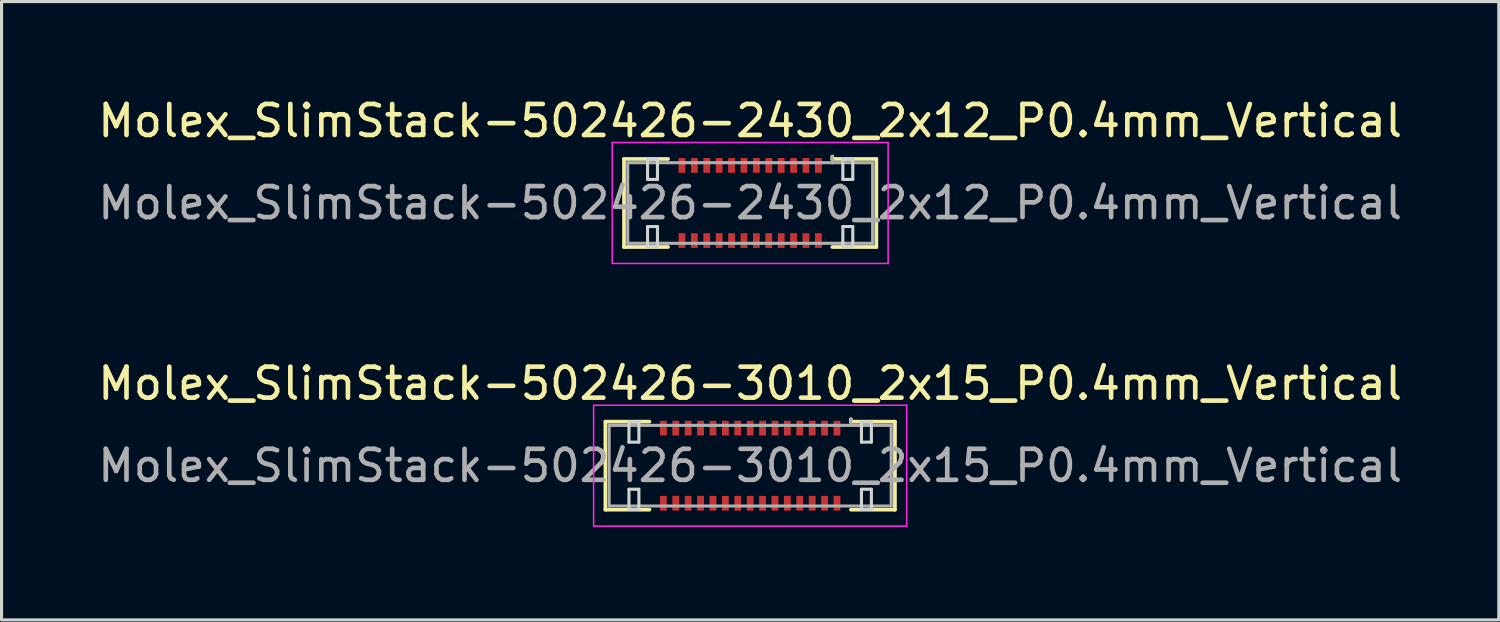
<source format=kicad_pcb>
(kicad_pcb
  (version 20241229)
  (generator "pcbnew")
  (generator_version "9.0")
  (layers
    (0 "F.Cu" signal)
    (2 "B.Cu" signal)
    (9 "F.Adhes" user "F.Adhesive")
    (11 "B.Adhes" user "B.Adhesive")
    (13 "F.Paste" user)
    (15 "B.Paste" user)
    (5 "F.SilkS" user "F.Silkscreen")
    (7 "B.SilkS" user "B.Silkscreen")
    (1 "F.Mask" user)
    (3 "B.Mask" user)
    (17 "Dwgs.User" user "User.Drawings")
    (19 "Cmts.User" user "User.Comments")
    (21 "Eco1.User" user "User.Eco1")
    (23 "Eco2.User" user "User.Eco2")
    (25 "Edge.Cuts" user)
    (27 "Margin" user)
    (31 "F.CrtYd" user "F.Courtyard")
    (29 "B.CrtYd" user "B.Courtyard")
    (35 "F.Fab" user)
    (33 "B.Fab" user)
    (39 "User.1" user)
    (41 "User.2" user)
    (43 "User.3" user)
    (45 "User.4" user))
  (footprint "Molex_SlimStack-502426-2430_2x12_P0.4mm_Vertical"
    (layer "F.Cu")
    (at 21.149 3.498)
    (property "Reference" "Molex_SlimStack-502426-2430_2x12_P0.4mm_Vertical" (at 0 -2.65 0) (layer "F.SilkS") (effects (font (size 1 1) (thickness 0.15))))
    (attr smd)
    (fp_line (start -4.07 -1.42) (end -2.65 -1.42) (stroke (width 0.12) (type solid)) (layer "F.SilkS"))
    (fp_line (start -4.07 1.42) (end -4.07 -1.42) (stroke (width 0.12) (type solid)) (layer "F.SilkS"))
    (fp_line (start -2.65 1.42) (end -4.07 1.42) (stroke (width 0.12) (type solid)) (layer "F.SilkS"))
    (fp_line (start 2.65 -1.42) (end 2.65 -1.5) (stroke (width 0.12) (type solid)) (layer "F.SilkS"))
    (fp_line (start 2.65 1.42) (end 4.07 1.42) (stroke (width 0.12) (type solid)) (layer "F.SilkS"))
    (fp_line (start 4.07 -1.42) (end 2.65 -1.42) (stroke (width 0.12) (type solid)) (layer "F.SilkS"))
    (fp_line (start 4.07 1.42) (end 4.07 -1.42) (stroke (width 0.12) (type solid)) (layer "F.SilkS"))
    (fp_line (start -3.31 -1.41) (end -3.31 -0.76) (stroke (width 0.1) (type solid)) (layer "Edge.Cuts"))
    (fp_line (start -3.31 -0.76) (end -2.99 -0.76) (stroke (width 0.1) (type solid)) (layer "Edge.Cuts"))
    (fp_line (start -3.31 0.76) (end -3.31 1.41) (stroke (width 0.1) (type solid)) (layer "Edge.Cuts"))
    (fp_line (start -3.31 1.41) (end -2.99 1.41) (stroke (width 0.1) (type solid)) (layer "Edge.Cuts"))
    (fp_line (start -2.99 -1.41) (end -3.31 -1.41) (stroke (width 0.1) (type solid)) (layer "Edge.Cuts"))
    (fp_line (start -2.99 -0.76) (end -2.99 -1.41) (stroke (width 0.1) (type solid)) (layer "Edge.Cuts"))
    (fp_line (start -2.99 0.76) (end -3.31 0.76) (stroke (width 0.1) (type solid)) (layer "Edge.Cuts"))
    (fp_line (start -2.99 1.41) (end -2.99 0.76) (stroke (width 0.1) (type solid)) (layer "Edge.Cuts"))
    (fp_line (start 2.99 -1.41) (end 2.99 -0.76) (stroke (width 0.1) (type solid)) (layer "Edge.Cuts"))
    (fp_line (start 2.99 -0.76) (end 3.31 -0.76) (stroke (width 0.1) (type solid)) (layer "Edge.Cuts"))
    (fp_line (start 2.99 0.76) (end 2.99 1.41) (stroke (width 0.1) (type solid)) (layer "Edge.Cuts"))
    (fp_line (start 2.99 1.41) (end 3.31 1.41) (stroke (width 0.1) (type solid)) (layer "Edge.Cuts"))
    (fp_line (start 3.31 -1.41) (end 2.99 -1.41) (stroke (width 0.1) (type solid)) (layer "Edge.Cuts"))
    (fp_line (start 3.31 -0.76) (end 3.31 -1.41) (stroke (width 0.1) (type solid)) (layer "Edge.Cuts"))
    (fp_line (start 3.31 0.76) (end 2.99 0.76) (stroke (width 0.1) (type solid)) (layer "Edge.Cuts"))
    (fp_line (start 3.31 1.41) (end 3.31 0.76) (stroke (width 0.1) (type solid)) (layer "Edge.Cuts"))
    (fp_line (start -4.45 -1.95) (end -4.45 1.95) (stroke (width 0.05) (type solid)) (layer "F.CrtYd"))
    (fp_line (start -4.45 1.95) (end 4.45 1.95) (stroke (width 0.05) (type solid)) (layer "F.CrtYd"))
    (fp_line (start 4.45 -1.95) (end -4.45 -1.95) (stroke (width 0.05) (type solid)) (layer "F.CrtYd"))
    (fp_line (start 4.45 1.95) (end 4.45 -1.95) (stroke (width 0.05) (type solid)) (layer "F.CrtYd"))
    (fp_line (start -3.95 -1.3) (end -3.95 1.3) (stroke (width 0.1) (type solid)) (layer "F.Fab"))
    (fp_line (start -3.95 1.3) (end 3.95 1.3) (stroke (width 0.1) (type solid)) (layer "F.Fab"))
    (fp_line (start 2.65 -1.3) (end 2.65 -1.5) (stroke (width 0.1) (type solid)) (layer "F.Fab"))
    (fp_line (start 3.95 -1.3) (end -3.95 -1.3) (stroke (width 0.1) (type solid)) (layer "F.Fab"))
    (fp_line (start 3.95 1.3) (end 3.95 -1.3) (stroke (width 0.1) (type solid)) (layer "F.Fab"))
    (fp_text user "${REFERENCE}" (at 0 0 0) (layer "F.Fab") (effects (font (size 1 1) (thickness 0.15))))
    (pad "1" smd rect (at 2.2 -1.212) (size 0.22 0.475) (layers "F.Cu" "F.Mask" "F.Paste"))
    (pad "2" smd rect (at 2.2 1.212) (size 0.22 0.475) (layers "F.Cu" "F.Mask" "F.Paste"))
    (pad "3" smd rect (at 1.8 -1.212) (size 0.22 0.475) (layers "F.Cu" "F.Mask" "F.Paste"))
    (pad "4" smd rect (at 1.8 1.212) (size 0.22 0.475) (layers "F.Cu" "F.Mask" "F.Paste"))
    (pad "5" smd rect (at 1.4 -1.212) (size 0.22 0.475) (layers "F.Cu" "F.Mask" "F.Paste"))
    (pad "6" smd rect (at 1.4 1.212) (size 0.22 0.475) (layers "F.Cu" "F.Mask" "F.Paste"))
    (pad "7" smd rect (at 1 -1.212) (size 0.22 0.475) (layers "F.Cu" "F.Mask" "F.Paste"))
    (pad "8" smd rect (at 1 1.212) (size 0.22 0.475) (layers "F.Cu" "F.Mask" "F.Paste"))
    (pad "9" smd rect (at 0.6 -1.212) (size 0.22 0.475) (layers "F.Cu" "F.Mask" "F.Paste"))
    (pad "10" smd rect (at 0.6 1.212) (size 0.22 0.475) (layers "F.Cu" "F.Mask" "F.Paste"))
    (pad "11" smd rect (at 0.2 -1.212) (size 0.22 0.475) (layers "F.Cu" "F.Mask" "F.Paste"))
    (pad "12" smd rect (at 0.2 1.212) (size 0.22 0.475) (layers "F.Cu" "F.Mask" "F.Paste"))
    (pad "13" smd rect (at -0.2 -1.212) (size 0.22 0.475) (layers "F.Cu" "F.Mask" "F.Paste"))
    (pad "14" smd rect (at -0.2 1.212) (size 0.22 0.475) (layers "F.Cu" "F.Mask" "F.Paste"))
    (pad "15" smd rect (at -0.6 -1.212) (size 0.22 0.475) (layers "F.Cu" "F.Mask" "F.Paste"))
    (pad "16" smd rect (at -0.6 1.212) (size 0.22 0.475) (layers "F.Cu" "F.Mask" "F.Paste"))
    (pad "17" smd rect (at -1 -1.212) (size 0.22 0.475) (layers "F.Cu" "F.Mask" "F.Paste"))
    (pad "18" smd rect (at -1 1.212) (size 0.22 0.475) (layers "F.Cu" "F.Mask" "F.Paste"))
    (pad "19" smd rect (at -1.4 -1.212) (size 0.22 0.475) (layers "F.Cu" "F.Mask" "F.Paste"))
    (pad "20" smd rect (at -1.4 1.212) (size 0.22 0.475) (layers "F.Cu" "F.Mask" "F.Paste"))
    (pad "21" smd rect (at -1.8 -1.212) (size 0.22 0.475) (layers "F.Cu" "F.Mask" "F.Paste"))
    (pad "22" smd rect (at -1.8 1.212) (size 0.22 0.475) (layers "F.Cu" "F.Mask" "F.Paste"))
    (pad "23" smd rect (at -2.2 -1.212) (size 0.22 0.475) (layers "F.Cu" "F.Mask" "F.Paste"))
    (pad "24" smd rect (at -2.2 1.212) (size 0.22 0.475) (layers "F.Cu" "F.Mask" "F.Paste")))
  (footprint "Molex_SlimStack-502426-3010_2x15_P0.4mm_Vertical"
    (layer "F.Cu")
    (at 21.149 11.972)
    (property "Reference" "Molex_SlimStack-502426-3010_2x15_P0.4mm_Vertical" (at 0 -2.65 0) (layer "F.SilkS") (effects (font (size 1 1) (thickness 0.15))))
    (attr smd)
    (fp_line (start -4.67 -1.42) (end -3.25 -1.42) (stroke (width 0.12) (type solid)) (layer "F.SilkS"))
    (fp_line (start -4.67 1.42) (end -4.67 -1.42) (stroke (width 0.12) (type solid)) (layer "F.SilkS"))
    (fp_line (start -3.25 1.42) (end -4.67 1.42) (stroke (width 0.12) (type solid)) (layer "F.SilkS"))
    (fp_line (start 3.25 -1.42) (end 3.25 -1.5) (stroke (width 0.12) (type solid)) (layer "F.SilkS"))
    (fp_line (start 3.25 1.42) (end 4.67 1.42) (stroke (width 0.12) (type solid)) (layer "F.SilkS"))
    (fp_line (start 4.67 -1.42) (end 3.25 -1.42) (stroke (width 0.12) (type solid)) (layer "F.SilkS"))
    (fp_line (start 4.67 1.42) (end 4.67 -1.42) (stroke (width 0.12) (type solid)) (layer "F.SilkS"))
    (fp_line (start -3.91 -1.41) (end -3.91 -0.76) (stroke (width 0.1) (type solid)) (layer "Edge.Cuts"))
    (fp_line (start -3.91 -0.76) (end -3.59 -0.76) (stroke (width 0.1) (type solid)) (layer "Edge.Cuts"))
    (fp_line (start -3.91 0.76) (end -3.91 1.41) (stroke (width 0.1) (type solid)) (layer "Edge.Cuts"))
    (fp_line (start -3.91 1.41) (end -3.59 1.41) (stroke (width 0.1) (type solid)) (layer "Edge.Cuts"))
    (fp_line (start -3.59 -1.41) (end -3.91 -1.41) (stroke (width 0.1) (type solid)) (layer "Edge.Cuts"))
    (fp_line (start -3.59 -0.76) (end -3.59 -1.41) (stroke (width 0.1) (type solid)) (layer "Edge.Cuts"))
    (fp_line (start -3.59 0.76) (end -3.91 0.76) (stroke (width 0.1) (type solid)) (layer "Edge.Cuts"))
    (fp_line (start -3.59 1.41) (end -3.59 0.76) (stroke (width 0.1) (type solid)) (layer "Edge.Cuts"))
    (fp_line (start 3.59 -1.41) (end 3.59 -0.76) (stroke (width 0.1) (type solid)) (layer "Edge.Cuts"))
    (fp_line (start 3.59 -0.76) (end 3.91 -0.76) (stroke (width 0.1) (type solid)) (layer "Edge.Cuts"))
    (fp_line (start 3.59 0.76) (end 3.59 1.41) (stroke (width 0.1) (type solid)) (layer "Edge.Cuts"))
    (fp_line (start 3.59 1.41) (end 3.91 1.41) (stroke (width 0.1) (type solid)) (layer "Edge.Cuts"))
    (fp_line (start 3.91 -1.41) (end 3.59 -1.41) (stroke (width 0.1) (type solid)) (layer "Edge.Cuts"))
    (fp_line (start 3.91 -0.76) (end 3.91 -1.41) (stroke (width 0.1) (type solid)) (layer "Edge.Cuts"))
    (fp_line (start 3.91 0.76) (end 3.59 0.76) (stroke (width 0.1) (type solid)) (layer "Edge.Cuts"))
    (fp_line (start 3.91 1.41) (end 3.91 0.76) (stroke (width 0.1) (type solid)) (layer "Edge.Cuts"))
    (fp_line (start -5.05 -1.95) (end -5.05 1.95) (stroke (width 0.05) (type solid)) (layer "F.CrtYd"))
    (fp_line (start -5.05 1.95) (end 5.05 1.95) (stroke (width 0.05) (type solid)) (layer "F.CrtYd"))
    (fp_line (start 5.05 -1.95) (end -5.05 -1.95) (stroke (width 0.05) (type solid)) (layer "F.CrtYd"))
    (fp_line (start 5.05 1.95) (end 5.05 -1.95) (stroke (width 0.05) (type solid)) (layer "F.CrtYd"))
    (fp_line (start -4.55 -1.3) (end -4.55 1.3) (stroke (width 0.1) (type solid)) (layer "F.Fab"))
    (fp_line (start -4.55 1.3) (end 4.55 1.3) (stroke (width 0.1) (type solid)) (layer "F.Fab"))
    (fp_line (start 3.25 -1.3) (end 3.25 -1.5) (stroke (width 0.1) (type solid)) (layer "F.Fab"))
    (fp_line (start 4.55 -1.3) (end -4.55 -1.3) (stroke (width 0.1) (type solid)) (layer "F.Fab"))
    (fp_line (start 4.55 1.3) (end 4.55 -1.3) (stroke (width 0.1) (type solid)) (layer "F.Fab"))
    (fp_text user "${REFERENCE}" (at 0 0 0) (layer "F.Fab") (effects (font (size 1 1) (thickness 0.15))))
    (pad "1" smd rect (at 2.8 -1.212) (size 0.22 0.475) (layers "F.Cu" "F.Mask" "F.Paste"))
    (pad "2" smd rect (at 2.8 1.212) (size 0.22 0.475) (layers "F.Cu" "F.Mask" "F.Paste"))
    (pad "3" smd rect (at 2.4 -1.212) (size 0.22 0.475) (layers "F.Cu" "F.Mask" "F.Paste"))
    (pad "4" smd rect (at 2.4 1.212) (size 0.22 0.475) (layers "F.Cu" "F.Mask" "F.Paste"))
    (pad "5" smd rect (at 2 -1.212) (size 0.22 0.475) (layers "F.Cu" "F.Mask" "F.Paste"))
    (pad "6" smd rect (at 2 1.212) (size 0.22 0.475) (layers "F.Cu" "F.Mask" "F.Paste"))
    (pad "7" smd rect (at 1.6 -1.212) (size 0.22 0.475) (layers "F.Cu" "F.Mask" "F.Paste"))
    (pad "8" smd rect (at 1.6 1.212) (size 0.22 0.475) (layers "F.Cu" "F.Mask" "F.Paste"))
    (pad "9" smd rect (at 1.2 -1.212) (size 0.22 0.475) (layers "F.Cu" "F.Mask" "F.Paste"))
    (pad "10" smd rect (at 1.2 1.212) (size 0.22 0.475) (layers "F.Cu" "F.Mask" "F.Paste"))
    (pad "11" smd rect (at 0.8 -1.212) (size 0.22 0.475) (layers "F.Cu" "F.Mask" "F.Paste"))
    (pad "12" smd rect (at 0.8 1.212) (size 0.22 0.475) (layers "F.Cu" "F.Mask" "F.Paste"))
    (pad "13" smd rect (at 0.4 -1.212) (size 0.22 0.475) (layers "F.Cu" "F.Mask" "F.Paste"))
    (pad "14" smd rect (at 0.4 1.212) (size 0.22 0.475) (layers "F.Cu" "F.Mask" "F.Paste"))
    (pad "15" smd rect (at 0 -1.212) (size 0.22 0.475) (layers "F.Cu" "F.Mask" "F.Paste"))
    (pad "16" smd rect (at 0 1.212) (size 0.22 0.475) (layers "F.Cu" "F.Mask" "F.Paste"))
    (pad "17" smd rect (at -0.4 -1.212) (size 0.22 0.475) (layers "F.Cu" "F.Mask" "F.Paste"))
    (pad "18" smd rect (at -0.4 1.212) (size 0.22 0.475) (layers "F.Cu" "F.Mask" "F.Paste"))
    (pad "19" smd rect (at -0.8 -1.212) (size 0.22 0.475) (layers "F.Cu" "F.Mask" "F.Paste"))
    (pad "20" smd rect (at -0.8 1.212) (size 0.22 0.475) (layers "F.Cu" "F.Mask" "F.Paste"))
    (pad "21" smd rect (at -1.2 -1.212) (size 0.22 0.475) (layers "F.Cu" "F.Mask" "F.Paste"))
    (pad "22" smd rect (at -1.2 1.212) (size 0.22 0.475) (layers "F.Cu" "F.Mask" "F.Paste"))
    (pad "23" smd rect (at -1.6 -1.212) (size 0.22 0.475) (layers "F.Cu" "F.Mask" "F.Paste"))
    (pad "24" smd rect (at -1.6 1.212) (size 0.22 0.475) (layers "F.Cu" "F.Mask" "F.Paste"))
    (pad "25" smd rect (at -2 -1.212) (size 0.22 0.475) (layers "F.Cu" "F.Mask" "F.Paste"))
    (pad "26" smd rect (at -2 1.212) (size 0.22 0.475) (layers "F.Cu" "F.Mask" "F.Paste"))
    (pad "27" smd rect (at -2.4 -1.212) (size 0.22 0.475) (layers "F.Cu" "F.Mask" "F.Paste"))
    (pad "28" smd rect (at -2.4 1.212) (size 0.22 0.475) (layers "F.Cu" "F.Mask" "F.Paste"))
    (pad "29" smd rect (at -2.8 -1.212) (size 0.22 0.475) (layers "F.Cu" "F.Mask" "F.Paste"))
    (pad "30" smd rect (at -2.8 1.212) (size 0.22 0.475) (layers "F.Cu" "F.Mask" "F.Paste")))
  (gr_rect
    (start -3 -3)
    (end 45.298 16.947)
    (stroke (width 0.1) (type default))
    (fill no)
    (layer "Edge.Cuts")))
</source>
